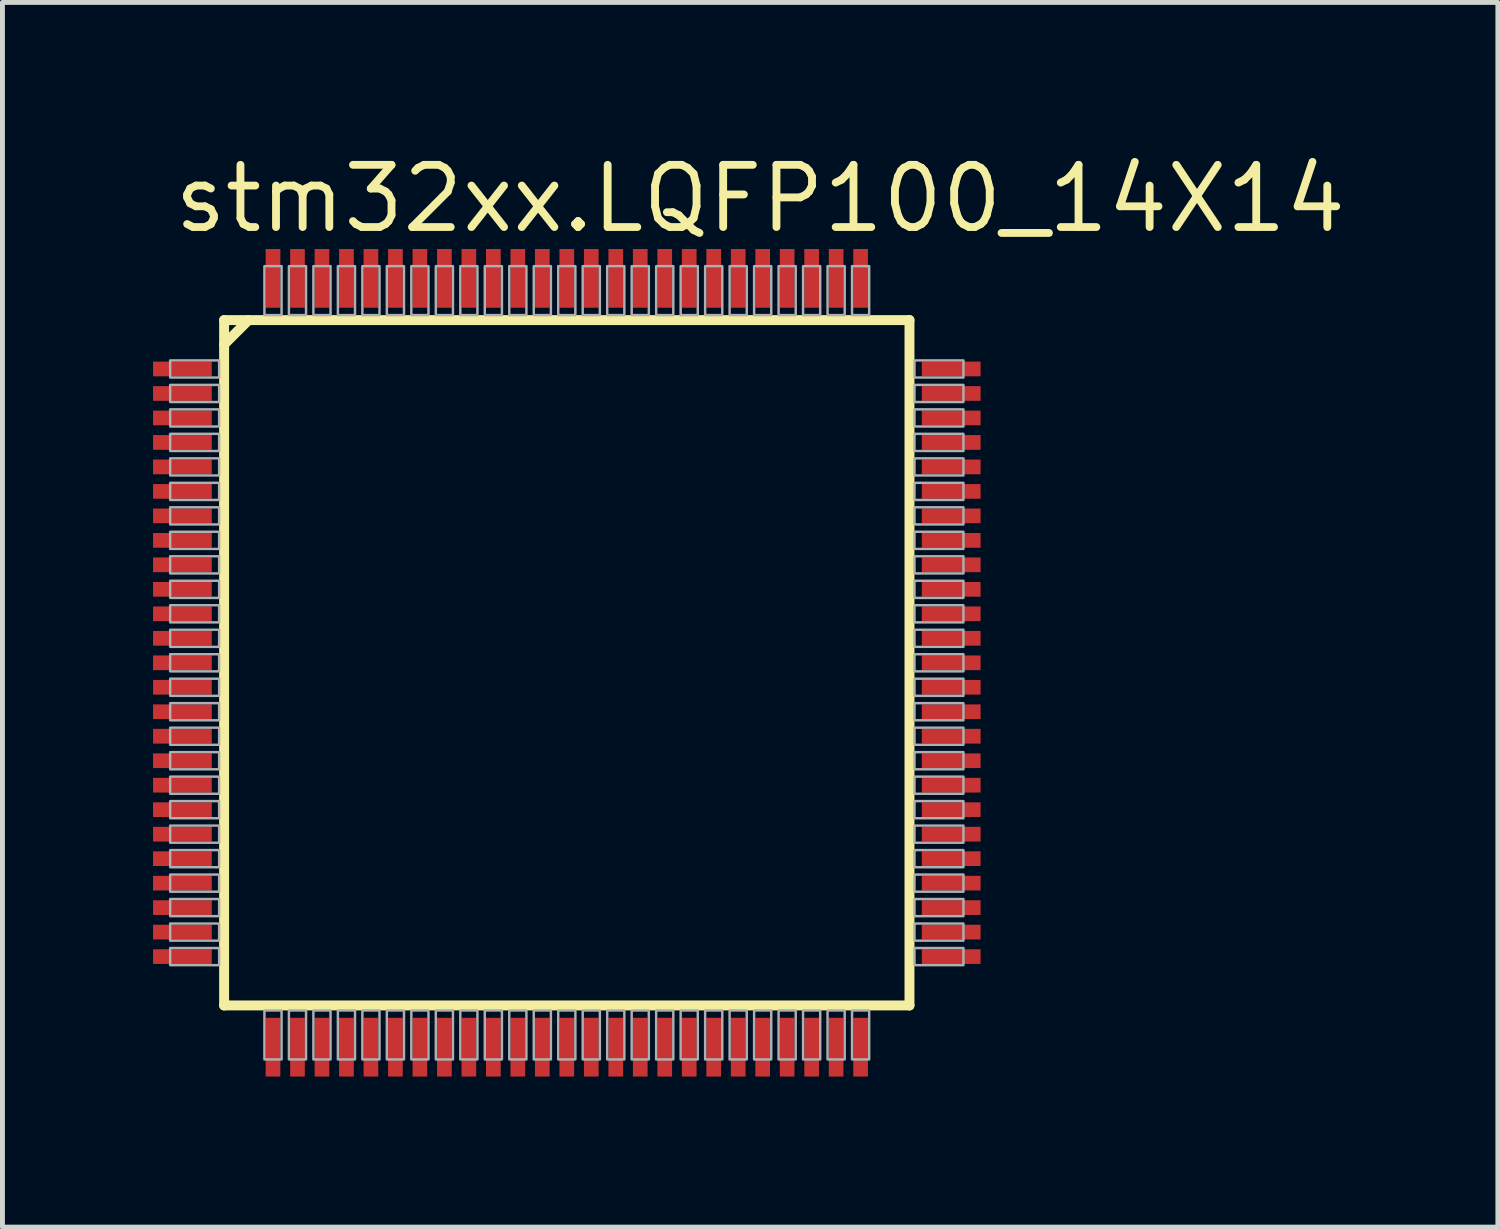
<source format=kicad_pcb>
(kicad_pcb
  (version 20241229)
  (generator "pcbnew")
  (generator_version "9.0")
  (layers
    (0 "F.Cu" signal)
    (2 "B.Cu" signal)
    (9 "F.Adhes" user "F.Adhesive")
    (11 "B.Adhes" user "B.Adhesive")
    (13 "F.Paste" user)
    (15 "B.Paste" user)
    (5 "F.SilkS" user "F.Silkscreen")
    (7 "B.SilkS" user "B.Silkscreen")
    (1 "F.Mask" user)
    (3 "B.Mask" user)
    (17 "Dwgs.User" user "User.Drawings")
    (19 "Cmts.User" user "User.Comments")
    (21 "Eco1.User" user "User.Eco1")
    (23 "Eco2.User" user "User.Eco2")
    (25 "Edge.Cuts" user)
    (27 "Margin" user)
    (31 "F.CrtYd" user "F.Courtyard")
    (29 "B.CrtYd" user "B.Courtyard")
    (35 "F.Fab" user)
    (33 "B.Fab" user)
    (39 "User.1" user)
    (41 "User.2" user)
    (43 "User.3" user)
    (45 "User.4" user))
  (footprint "stm32xx.LQFP100_14X14"
    (layer "F.Cu")
    (at 8.525 10.485)
    (property "Reference" "stm32xx.LQFP100_14X14" (at -8.1 -8.735 0) (layer "F.SilkS") (effects (font (size 1.27 1.27) (thickness 0.16)) (justify left bottom)))
    (attr smd)
    (fp_rect (start -8.5 -5.825) (end -7.2 -6.175) (stroke (width 0.05) (type default)) (fill yes) (layer "F.Mask"))
    (fp_rect (start -8.5 -5.325) (end -7.2 -5.675) (stroke (width 0.05) (type default)) (fill yes) (layer "F.Mask"))
    (fp_rect (start -8.5 -4.825) (end -7.2 -5.175) (stroke (width 0.05) (type default)) (fill yes) (layer "F.Mask"))
    (fp_rect (start -8.5 -4.325) (end -7.2 -4.675) (stroke (width 0.05) (type default)) (fill yes) (layer "F.Mask"))
    (fp_rect (start -8.5 -3.825) (end -7.2 -4.175) (stroke (width 0.05) (type default)) (fill yes) (layer "F.Mask"))
    (fp_rect (start -8.5 -3.325) (end -7.2 -3.675) (stroke (width 0.05) (type default)) (fill yes) (layer "F.Mask"))
    (fp_rect (start -8.5 -2.825) (end -7.2 -3.175) (stroke (width 0.05) (type default)) (fill yes) (layer "F.Mask"))
    (fp_rect (start -8.5 -2.325) (end -7.2 -2.675) (stroke (width 0.05) (type default)) (fill yes) (layer "F.Mask"))
    (fp_rect (start -8.5 -1.825) (end -7.2 -2.175) (stroke (width 0.05) (type default)) (fill yes) (layer "F.Mask"))
    (fp_rect (start -8.5 -1.325) (end -7.2 -1.675) (stroke (width 0.05) (type default)) (fill yes) (layer "F.Mask"))
    (fp_rect (start -8.5 -0.825) (end -7.2 -1.175) (stroke (width 0.05) (type default)) (fill yes) (layer "F.Mask"))
    (fp_rect (start -8.5 -0.325) (end -7.2 -0.675) (stroke (width 0.05) (type default)) (fill yes) (layer "F.Mask"))
    (fp_rect (start -8.5 0.175) (end -7.2 -0.175) (stroke (width 0.05) (type default)) (fill yes) (layer "F.Mask"))
    (fp_rect (start -8.5 0.675) (end -7.2 0.325) (stroke (width 0.05) (type default)) (fill yes) (layer "F.Mask"))
    (fp_rect (start -8.5 1.175) (end -7.2 0.825) (stroke (width 0.05) (type default)) (fill yes) (layer "F.Mask"))
    (fp_rect (start -8.5 1.675) (end -7.2 1.325) (stroke (width 0.05) (type default)) (fill yes) (layer "F.Mask"))
    (fp_rect (start -8.5 2.175) (end -7.2 1.825) (stroke (width 0.05) (type default)) (fill yes) (layer "F.Mask"))
    (fp_rect (start -8.5 2.675) (end -7.2 2.325) (stroke (width 0.05) (type default)) (fill yes) (layer "F.Mask"))
    (fp_rect (start -8.5 3.175) (end -7.2 2.825) (stroke (width 0.05) (type default)) (fill yes) (layer "F.Mask"))
    (fp_rect (start -8.5 3.675) (end -7.2 3.325) (stroke (width 0.05) (type default)) (fill yes) (layer "F.Mask"))
    (fp_rect (start -8.5 4.175) (end -7.2 3.825) (stroke (width 0.05) (type default)) (fill yes) (layer "F.Mask"))
    (fp_rect (start -8.5 4.675) (end -7.2 4.325) (stroke (width 0.05) (type default)) (fill yes) (layer "F.Mask"))
    (fp_rect (start -8.5 5.175) (end -7.2 4.825) (stroke (width 0.05) (type default)) (fill yes) (layer "F.Mask"))
    (fp_rect (start -8.5 5.675) (end -7.2 5.325) (stroke (width 0.05) (type default)) (fill yes) (layer "F.Mask"))
    (fp_rect (start -8.5 6.175) (end -7.2 5.825) (stroke (width 0.05) (type default)) (fill yes) (layer "F.Mask"))
    (fp_rect (start -6.175 -7.2) (end -5.825 -8.5) (stroke (width 0.05) (type default)) (fill yes) (layer "F.Mask"))
    (fp_rect (start -6.175 8.5) (end -5.825 7.2) (stroke (width 0.05) (type default)) (fill yes) (layer "F.Mask"))
    (fp_rect (start -5.675 -7.2) (end -5.325 -8.5) (stroke (width 0.05) (type default)) (fill yes) (layer "F.Mask"))
    (fp_rect (start -5.675 8.5) (end -5.325 7.2) (stroke (width 0.05) (type default)) (fill yes) (layer "F.Mask"))
    (fp_rect (start -5.175 -7.2) (end -4.825 -8.5) (stroke (width 0.05) (type default)) (fill yes) (layer "F.Mask"))
    (fp_rect (start -5.175 8.5) (end -4.825 7.2) (stroke (width 0.05) (type default)) (fill yes) (layer "F.Mask"))
    (fp_rect (start -4.675 -7.2) (end -4.325 -8.5) (stroke (width 0.05) (type default)) (fill yes) (layer "F.Mask"))
    (fp_rect (start -4.675 8.5) (end -4.325 7.2) (stroke (width 0.05) (type default)) (fill yes) (layer "F.Mask"))
    (fp_rect (start -4.175 -7.2) (end -3.825 -8.5) (stroke (width 0.05) (type default)) (fill yes) (layer "F.Mask"))
    (fp_rect (start -4.175 8.5) (end -3.825 7.2) (stroke (width 0.05) (type default)) (fill yes) (layer "F.Mask"))
    (fp_rect (start -3.675 -7.2) (end -3.325 -8.5) (stroke (width 0.05) (type default)) (fill yes) (layer "F.Mask"))
    (fp_rect (start -3.675 8.5) (end -3.325 7.2) (stroke (width 0.05) (type default)) (fill yes) (layer "F.Mask"))
    (fp_rect (start -3.175 -7.2) (end -2.825 -8.5) (stroke (width 0.05) (type default)) (fill yes) (layer "F.Mask"))
    (fp_rect (start -3.175 8.5) (end -2.825 7.2) (stroke (width 0.05) (type default)) (fill yes) (layer "F.Mask"))
    (fp_rect (start -2.675 -7.2) (end -2.325 -8.5) (stroke (width 0.05) (type default)) (fill yes) (layer "F.Mask"))
    (fp_rect (start -2.675 8.5) (end -2.325 7.2) (stroke (width 0.05) (type default)) (fill yes) (layer "F.Mask"))
    (fp_rect (start -2.175 -7.2) (end -1.825 -8.5) (stroke (width 0.05) (type default)) (fill yes) (layer "F.Mask"))
    (fp_rect (start -2.175 8.5) (end -1.825 7.2) (stroke (width 0.05) (type default)) (fill yes) (layer "F.Mask"))
    (fp_rect (start -1.675 -7.2) (end -1.325 -8.5) (stroke (width 0.05) (type default)) (fill yes) (layer "F.Mask"))
    (fp_rect (start -1.675 8.5) (end -1.325 7.2) (stroke (width 0.05) (type default)) (fill yes) (layer "F.Mask"))
    (fp_rect (start -1.175 -7.2) (end -0.825 -8.5) (stroke (width 0.05) (type default)) (fill yes) (layer "F.Mask"))
    (fp_rect (start -1.175 8.5) (end -0.825 7.2) (stroke (width 0.05) (type default)) (fill yes) (layer "F.Mask"))
    (fp_rect (start -0.675 -7.2) (end -0.325 -8.5) (stroke (width 0.05) (type default)) (fill yes) (layer "F.Mask"))
    (fp_rect (start -0.675 8.5) (end -0.325 7.2) (stroke (width 0.05) (type default)) (fill yes) (layer "F.Mask"))
    (fp_rect (start -0.175 -7.2) (end 0.175 -8.5) (stroke (width 0.05) (type default)) (fill yes) (layer "F.Mask"))
    (fp_rect (start -0.175 8.5) (end 0.175 7.2) (stroke (width 0.05) (type default)) (fill yes) (layer "F.Mask"))
    (fp_rect (start 0.325 -7.2) (end 0.675 -8.5) (stroke (width 0.05) (type default)) (fill yes) (layer "F.Mask"))
    (fp_rect (start 0.325 8.5) (end 0.675 7.2) (stroke (width 0.05) (type default)) (fill yes) (layer "F.Mask"))
    (fp_rect (start 0.825 -7.2) (end 1.175 -8.5) (stroke (width 0.05) (type default)) (fill yes) (layer "F.Mask"))
    (fp_rect (start 0.825 8.5) (end 1.175 7.2) (stroke (width 0.05) (type default)) (fill yes) (layer "F.Mask"))
    (fp_rect (start 1.325 -7.2) (end 1.675 -8.5) (stroke (width 0.05) (type default)) (fill yes) (layer "F.Mask"))
    (fp_rect (start 1.325 8.5) (end 1.675 7.2) (stroke (width 0.05) (type default)) (fill yes) (layer "F.Mask"))
    (fp_rect (start 1.825 -7.2) (end 2.175 -8.5) (stroke (width 0.05) (type default)) (fill yes) (layer "F.Mask"))
    (fp_rect (start 1.825 8.5) (end 2.175 7.2) (stroke (width 0.05) (type default)) (fill yes) (layer "F.Mask"))
    (fp_rect (start 2.325 -7.2) (end 2.675 -8.5) (stroke (width 0.05) (type default)) (fill yes) (layer "F.Mask"))
    (fp_rect (start 2.325 8.5) (end 2.675 7.2) (stroke (width 0.05) (type default)) (fill yes) (layer "F.Mask"))
    (fp_rect (start 2.825 -7.2) (end 3.175 -8.5) (stroke (width 0.05) (type default)) (fill yes) (layer "F.Mask"))
    (fp_rect (start 2.825 8.5) (end 3.175 7.2) (stroke (width 0.05) (type default)) (fill yes) (layer "F.Mask"))
    (fp_rect (start 3.325 -7.2) (end 3.675 -8.5) (stroke (width 0.05) (type default)) (fill yes) (layer "F.Mask"))
    (fp_rect (start 3.325 8.5) (end 3.675 7.2) (stroke (width 0.05) (type default)) (fill yes) (layer "F.Mask"))
    (fp_rect (start 3.825 -7.2) (end 4.175 -8.5) (stroke (width 0.05) (type default)) (fill yes) (layer "F.Mask"))
    (fp_rect (start 3.825 8.5) (end 4.175 7.2) (stroke (width 0.05) (type default)) (fill yes) (layer "F.Mask"))
    (fp_rect (start 4.325 -7.2) (end 4.675 -8.5) (stroke (width 0.05) (type default)) (fill yes) (layer "F.Mask"))
    (fp_rect (start 4.325 8.5) (end 4.675 7.2) (stroke (width 0.05) (type default)) (fill yes) (layer "F.Mask"))
    (fp_rect (start 4.825 -7.2) (end 5.175 -8.5) (stroke (width 0.05) (type default)) (fill yes) (layer "F.Mask"))
    (fp_rect (start 4.825 8.5) (end 5.175 7.2) (stroke (width 0.05) (type default)) (fill yes) (layer "F.Mask"))
    (fp_rect (start 5.325 -7.2) (end 5.675 -8.5) (stroke (width 0.05) (type default)) (fill yes) (layer "F.Mask"))
    (fp_rect (start 5.325 8.5) (end 5.675 7.2) (stroke (width 0.05) (type default)) (fill yes) (layer "F.Mask"))
    (fp_rect (start 5.825 -7.2) (end 6.175 -8.5) (stroke (width 0.05) (type default)) (fill yes) (layer "F.Mask"))
    (fp_rect (start 5.825 8.5) (end 6.175 7.2) (stroke (width 0.05) (type default)) (fill yes) (layer "F.Mask"))
    (fp_rect (start 7.2 -5.825) (end 8.5 -6.175) (stroke (width 0.05) (type default)) (fill yes) (layer "F.Mask"))
    (fp_rect (start 7.2 -5.325) (end 8.5 -5.675) (stroke (width 0.05) (type default)) (fill yes) (layer "F.Mask"))
    (fp_rect (start 7.2 -4.825) (end 8.5 -5.175) (stroke (width 0.05) (type default)) (fill yes) (layer "F.Mask"))
    (fp_rect (start 7.2 -4.325) (end 8.5 -4.675) (stroke (width 0.05) (type default)) (fill yes) (layer "F.Mask"))
    (fp_rect (start 7.2 -3.825) (end 8.5 -4.175) (stroke (width 0.05) (type default)) (fill yes) (layer "F.Mask"))
    (fp_rect (start 7.2 -3.325) (end 8.5 -3.675) (stroke (width 0.05) (type default)) (fill yes) (layer "F.Mask"))
    (fp_rect (start 7.2 -2.825) (end 8.5 -3.175) (stroke (width 0.05) (type default)) (fill yes) (layer "F.Mask"))
    (fp_rect (start 7.2 -2.325) (end 8.5 -2.675) (stroke (width 0.05) (type default)) (fill yes) (layer "F.Mask"))
    (fp_rect (start 7.2 -1.825) (end 8.5 -2.175) (stroke (width 0.05) (type default)) (fill yes) (layer "F.Mask"))
    (fp_rect (start 7.2 -1.325) (end 8.5 -1.675) (stroke (width 0.05) (type default)) (fill yes) (layer "F.Mask"))
    (fp_rect (start 7.2 -0.825) (end 8.5 -1.175) (stroke (width 0.05) (type default)) (fill yes) (layer "F.Mask"))
    (fp_rect (start 7.2 -0.325) (end 8.5 -0.675) (stroke (width 0.05) (type default)) (fill yes) (layer "F.Mask"))
    (fp_rect (start 7.2 0.175) (end 8.5 -0.175) (stroke (width 0.05) (type default)) (fill yes) (layer "F.Mask"))
    (fp_rect (start 7.2 0.675) (end 8.5 0.325) (stroke (width 0.05) (type default)) (fill yes) (layer "F.Mask"))
    (fp_rect (start 7.2 1.175) (end 8.5 0.825) (stroke (width 0.05) (type default)) (fill yes) (layer "F.Mask"))
    (fp_rect (start 7.2 1.675) (end 8.5 1.325) (stroke (width 0.05) (type default)) (fill yes) (layer "F.Mask"))
    (fp_rect (start 7.2 2.175) (end 8.5 1.825) (stroke (width 0.05) (type default)) (fill yes) (layer "F.Mask"))
    (fp_rect (start 7.2 2.675) (end 8.5 2.325) (stroke (width 0.05) (type default)) (fill yes) (layer "F.Mask"))
    (fp_rect (start 7.2 3.175) (end 8.5 2.825) (stroke (width 0.05) (type default)) (fill yes) (layer "F.Mask"))
    (fp_rect (start 7.2 3.675) (end 8.5 3.325) (stroke (width 0.05) (type default)) (fill yes) (layer "F.Mask"))
    (fp_rect (start 7.2 4.175) (end 8.5 3.825) (stroke (width 0.05) (type default)) (fill yes) (layer "F.Mask"))
    (fp_rect (start 7.2 4.675) (end 8.5 4.325) (stroke (width 0.05) (type default)) (fill yes) (layer "F.Mask"))
    (fp_rect (start 7.2 5.175) (end 8.5 4.825) (stroke (width 0.05) (type default)) (fill yes) (layer "F.Mask"))
    (fp_rect (start 7.2 5.675) (end 8.5 5.325) (stroke (width 0.05) (type default)) (fill yes) (layer "F.Mask"))
    (fp_rect (start 7.2 6.175) (end 8.5 5.825) (stroke (width 0.05) (type default)) (fill yes) (layer "F.Mask"))
    (fp_line (start -6.998 -6.998) (end -6.998 6.998) (stroke (width 0.203) (type default)) (layer "F.SilkS"))
    (fp_line (start -6.998 -6.5) (end -6.5 -6.998) (stroke (width 0.203) (type default)) (layer "F.SilkS"))
    (fp_line (start -6.998 6.998) (end 6.998 6.998) (stroke (width 0.203) (type default)) (layer "F.SilkS"))
    (fp_line (start 6.998 -6.998) (end -6.998 -6.998) (stroke (width 0.203) (type default)) (layer "F.SilkS"))
    (fp_line (start 6.998 6.998) (end 6.998 -6.998) (stroke (width 0.203) (type default)) (layer "F.SilkS"))
    (fp_rect (start -8.412 -5.875) (end -7.287 -6.125) (stroke (width 0.05) (type default)) (fill yes) (layer "F.Paste"))
    (fp_rect (start -8.412 -5.375) (end -7.287 -5.625) (stroke (width 0.05) (type default)) (fill yes) (layer "F.Paste"))
    (fp_rect (start -8.412 -4.875) (end -7.287 -5.125) (stroke (width 0.05) (type default)) (fill yes) (layer "F.Paste"))
    (fp_rect (start -8.412 -4.375) (end -7.287 -4.625) (stroke (width 0.05) (type default)) (fill yes) (layer "F.Paste"))
    (fp_rect (start -8.412 -3.875) (end -7.287 -4.125) (stroke (width 0.05) (type default)) (fill yes) (layer "F.Paste"))
    (fp_rect (start -8.412 -3.375) (end -7.287 -3.625) (stroke (width 0.05) (type default)) (fill yes) (layer "F.Paste"))
    (fp_rect (start -8.412 -2.875) (end -7.287 -3.125) (stroke (width 0.05) (type default)) (fill yes) (layer "F.Paste"))
    (fp_rect (start -8.412 -2.375) (end -7.287 -2.625) (stroke (width 0.05) (type default)) (fill yes) (layer "F.Paste"))
    (fp_rect (start -8.412 -1.875) (end -7.287 -2.125) (stroke (width 0.05) (type default)) (fill yes) (layer "F.Paste"))
    (fp_rect (start -8.412 -1.375) (end -7.287 -1.625) (stroke (width 0.05) (type default)) (fill yes) (layer "F.Paste"))
    (fp_rect (start -8.412 -0.875) (end -7.287 -1.125) (stroke (width 0.05) (type default)) (fill yes) (layer "F.Paste"))
    (fp_rect (start -8.412 -0.375) (end -7.287 -0.625) (stroke (width 0.05) (type default)) (fill yes) (layer "F.Paste"))
    (fp_rect (start -8.412 0.125) (end -7.287 -0.125) (stroke (width 0.05) (type default)) (fill yes) (layer "F.Paste"))
    (fp_rect (start -8.412 0.625) (end -7.287 0.375) (stroke (width 0.05) (type default)) (fill yes) (layer "F.Paste"))
    (fp_rect (start -8.412 1.125) (end -7.287 0.875) (stroke (width 0.05) (type default)) (fill yes) (layer "F.Paste"))
    (fp_rect (start -8.412 1.625) (end -7.287 1.375) (stroke (width 0.05) (type default)) (fill yes) (layer "F.Paste"))
    (fp_rect (start -8.412 2.125) (end -7.287 1.875) (stroke (width 0.05) (type default)) (fill yes) (layer "F.Paste"))
    (fp_rect (start -8.412 2.625) (end -7.287 2.375) (stroke (width 0.05) (type default)) (fill yes) (layer "F.Paste"))
    (fp_rect (start -8.412 3.125) (end -7.287 2.875) (stroke (width 0.05) (type default)) (fill yes) (layer "F.Paste"))
    (fp_rect (start -8.412 3.625) (end -7.287 3.375) (stroke (width 0.05) (type default)) (fill yes) (layer "F.Paste"))
    (fp_rect (start -8.412 4.125) (end -7.287 3.875) (stroke (width 0.05) (type default)) (fill yes) (layer "F.Paste"))
    (fp_rect (start -8.412 4.625) (end -7.287 4.375) (stroke (width 0.05) (type default)) (fill yes) (layer "F.Paste"))
    (fp_rect (start -8.412 5.125) (end -7.287 4.875) (stroke (width 0.05) (type default)) (fill yes) (layer "F.Paste"))
    (fp_rect (start -8.412 5.625) (end -7.287 5.375) (stroke (width 0.05) (type default)) (fill yes) (layer "F.Paste"))
    (fp_rect (start -8.412 6.125) (end -7.287 5.875) (stroke (width 0.05) (type default)) (fill yes) (layer "F.Paste"))
    (fp_rect (start -6.125 -7.287) (end -5.875 -8.412) (stroke (width 0.05) (type default)) (fill yes) (layer "F.Paste"))
    (fp_rect (start -6.125 8.412) (end -5.875 7.287) (stroke (width 0.05) (type default)) (fill yes) (layer "F.Paste"))
    (fp_rect (start -5.625 -7.287) (end -5.375 -8.412) (stroke (width 0.05) (type default)) (fill yes) (layer "F.Paste"))
    (fp_rect (start -5.625 8.412) (end -5.375 7.287) (stroke (width 0.05) (type default)) (fill yes) (layer "F.Paste"))
    (fp_rect (start -5.125 -7.287) (end -4.875 -8.412) (stroke (width 0.05) (type default)) (fill yes) (layer "F.Paste"))
    (fp_rect (start -5.125 8.412) (end -4.875 7.287) (stroke (width 0.05) (type default)) (fill yes) (layer "F.Paste"))
    (fp_rect (start -4.625 -7.287) (end -4.375 -8.412) (stroke (width 0.05) (type default)) (fill yes) (layer "F.Paste"))
    (fp_rect (start -4.625 8.412) (end -4.375 7.287) (stroke (width 0.05) (type default)) (fill yes) (layer "F.Paste"))
    (fp_rect (start -4.125 -7.287) (end -3.875 -8.412) (stroke (width 0.05) (type default)) (fill yes) (layer "F.Paste"))
    (fp_rect (start -4.125 8.412) (end -3.875 7.287) (stroke (width 0.05) (type default)) (fill yes) (layer "F.Paste"))
    (fp_rect (start -3.625 -7.287) (end -3.375 -8.412) (stroke (width 0.05) (type default)) (fill yes) (layer "F.Paste"))
    (fp_rect (start -3.625 8.412) (end -3.375 7.287) (stroke (width 0.05) (type default)) (fill yes) (layer "F.Paste"))
    (fp_rect (start -3.125 -7.287) (end -2.875 -8.412) (stroke (width 0.05) (type default)) (fill yes) (layer "F.Paste"))
    (fp_rect (start -3.125 8.412) (end -2.875 7.287) (stroke (width 0.05) (type default)) (fill yes) (layer "F.Paste"))
    (fp_rect (start -2.625 -7.287) (end -2.375 -8.412) (stroke (width 0.05) (type default)) (fill yes) (layer "F.Paste"))
    (fp_rect (start -2.625 8.412) (end -2.375 7.287) (stroke (width 0.05) (type default)) (fill yes) (layer "F.Paste"))
    (fp_rect (start -2.125 -7.287) (end -1.875 -8.412) (stroke (width 0.05) (type default)) (fill yes) (layer "F.Paste"))
    (fp_rect (start -2.125 8.412) (end -1.875 7.287) (stroke (width 0.05) (type default)) (fill yes) (layer "F.Paste"))
    (fp_rect (start -1.625 -7.287) (end -1.375 -8.412) (stroke (width 0.05) (type default)) (fill yes) (layer "F.Paste"))
    (fp_rect (start -1.625 8.412) (end -1.375 7.287) (stroke (width 0.05) (type default)) (fill yes) (layer "F.Paste"))
    (fp_rect (start -1.125 -7.287) (end -0.875 -8.412) (stroke (width 0.05) (type default)) (fill yes) (layer "F.Paste"))
    (fp_rect (start -1.125 8.412) (end -0.875 7.287) (stroke (width 0.05) (type default)) (fill yes) (layer "F.Paste"))
    (fp_rect (start -0.625 -7.287) (end -0.375 -8.412) (stroke (width 0.05) (type default)) (fill yes) (layer "F.Paste"))
    (fp_rect (start -0.625 8.412) (end -0.375 7.287) (stroke (width 0.05) (type default)) (fill yes) (layer "F.Paste"))
    (fp_rect (start -0.125 -7.287) (end 0.125 -8.412) (stroke (width 0.05) (type default)) (fill yes) (layer "F.Paste"))
    (fp_rect (start -0.125 8.412) (end 0.125 7.287) (stroke (width 0.05) (type default)) (fill yes) (layer "F.Paste"))
    (fp_rect (start 0.375 -7.287) (end 0.625 -8.412) (stroke (width 0.05) (type default)) (fill yes) (layer "F.Paste"))
    (fp_rect (start 0.375 8.412) (end 0.625 7.287) (stroke (width 0.05) (type default)) (fill yes) (layer "F.Paste"))
    (fp_rect (start 0.875 -7.287) (end 1.125 -8.412) (stroke (width 0.05) (type default)) (fill yes) (layer "F.Paste"))
    (fp_rect (start 0.875 8.412) (end 1.125 7.287) (stroke (width 0.05) (type default)) (fill yes) (layer "F.Paste"))
    (fp_rect (start 1.375 -7.287) (end 1.625 -8.412) (stroke (width 0.05) (type default)) (fill yes) (layer "F.Paste"))
    (fp_rect (start 1.375 8.412) (end 1.625 7.287) (stroke (width 0.05) (type default)) (fill yes) (layer "F.Paste"))
    (fp_rect (start 1.875 -7.287) (end 2.125 -8.412) (stroke (width 0.05) (type default)) (fill yes) (layer "F.Paste"))
    (fp_rect (start 1.875 8.412) (end 2.125 7.287) (stroke (width 0.05) (type default)) (fill yes) (layer "F.Paste"))
    (fp_rect (start 2.375 -7.287) (end 2.625 -8.412) (stroke (width 0.05) (type default)) (fill yes) (layer "F.Paste"))
    (fp_rect (start 2.375 8.412) (end 2.625 7.287) (stroke (width 0.05) (type default)) (fill yes) (layer "F.Paste"))
    (fp_rect (start 2.875 -7.287) (end 3.125 -8.412) (stroke (width 0.05) (type default)) (fill yes) (layer "F.Paste"))
    (fp_rect (start 2.875 8.412) (end 3.125 7.287) (stroke (width 0.05) (type default)) (fill yes) (layer "F.Paste"))
    (fp_rect (start 3.375 -7.287) (end 3.625 -8.412) (stroke (width 0.05) (type default)) (fill yes) (layer "F.Paste"))
    (fp_rect (start 3.375 8.412) (end 3.625 7.287) (stroke (width 0.05) (type default)) (fill yes) (layer "F.Paste"))
    (fp_rect (start 3.875 -7.287) (end 4.125 -8.412) (stroke (width 0.05) (type default)) (fill yes) (layer "F.Paste"))
    (fp_rect (start 3.875 8.412) (end 4.125 7.287) (stroke (width 0.05) (type default)) (fill yes) (layer "F.Paste"))
    (fp_rect (start 4.375 -7.287) (end 4.625 -8.412) (stroke (width 0.05) (type default)) (fill yes) (layer "F.Paste"))
    (fp_rect (start 4.375 8.412) (end 4.625 7.287) (stroke (width 0.05) (type default)) (fill yes) (layer "F.Paste"))
    (fp_rect (start 4.875 -7.287) (end 5.125 -8.412) (stroke (width 0.05) (type default)) (fill yes) (layer "F.Paste"))
    (fp_rect (start 4.875 8.412) (end 5.125 7.287) (stroke (width 0.05) (type default)) (fill yes) (layer "F.Paste"))
    (fp_rect (start 5.375 -7.287) (end 5.625 -8.412) (stroke (width 0.05) (type default)) (fill yes) (layer "F.Paste"))
    (fp_rect (start 5.375 8.412) (end 5.625 7.287) (stroke (width 0.05) (type default)) (fill yes) (layer "F.Paste"))
    (fp_rect (start 5.875 -7.287) (end 6.125 -8.412) (stroke (width 0.05) (type default)) (fill yes) (layer "F.Paste"))
    (fp_rect (start 5.875 8.412) (end 6.125 7.287) (stroke (width 0.05) (type default)) (fill yes) (layer "F.Paste"))
    (fp_rect (start 7.287 -5.875) (end 8.412 -6.125) (stroke (width 0.05) (type default)) (fill yes) (layer "F.Paste"))
    (fp_rect (start 7.287 -5.375) (end 8.412 -5.625) (stroke (width 0.05) (type default)) (fill yes) (layer "F.Paste"))
    (fp_rect (start 7.287 -4.875) (end 8.412 -5.125) (stroke (width 0.05) (type default)) (fill yes) (layer "F.Paste"))
    (fp_rect (start 7.287 -4.375) (end 8.412 -4.625) (stroke (width 0.05) (type default)) (fill yes) (layer "F.Paste"))
    (fp_rect (start 7.287 -3.875) (end 8.412 -4.125) (stroke (width 0.05) (type default)) (fill yes) (layer "F.Paste"))
    (fp_rect (start 7.287 -3.375) (end 8.412 -3.625) (stroke (width 0.05) (type default)) (fill yes) (layer "F.Paste"))
    (fp_rect (start 7.287 -2.875) (end 8.412 -3.125) (stroke (width 0.05) (type default)) (fill yes) (layer "F.Paste"))
    (fp_rect (start 7.287 -2.375) (end 8.412 -2.625) (stroke (width 0.05) (type default)) (fill yes) (layer "F.Paste"))
    (fp_rect (start 7.287 -1.875) (end 8.412 -2.125) (stroke (width 0.05) (type default)) (fill yes) (layer "F.Paste"))
    (fp_rect (start 7.287 -1.375) (end 8.412 -1.625) (stroke (width 0.05) (type default)) (fill yes) (layer "F.Paste"))
    (fp_rect (start 7.287 -0.875) (end 8.412 -1.125) (stroke (width 0.05) (type default)) (fill yes) (layer "F.Paste"))
    (fp_rect (start 7.287 -0.375) (end 8.412 -0.625) (stroke (width 0.05) (type default)) (fill yes) (layer "F.Paste"))
    (fp_rect (start 7.287 0.125) (end 8.412 -0.125) (stroke (width 0.05) (type default)) (fill yes) (layer "F.Paste"))
    (fp_rect (start 7.287 0.625) (end 8.412 0.375) (stroke (width 0.05) (type default)) (fill yes) (layer "F.Paste"))
    (fp_rect (start 7.287 1.125) (end 8.412 0.875) (stroke (width 0.05) (type default)) (fill yes) (layer "F.Paste"))
    (fp_rect (start 7.287 1.625) (end 8.412 1.375) (stroke (width 0.05) (type default)) (fill yes) (layer "F.Paste"))
    (fp_rect (start 7.287 2.125) (end 8.412 1.875) (stroke (width 0.05) (type default)) (fill yes) (layer "F.Paste"))
    (fp_rect (start 7.287 2.625) (end 8.412 2.375) (stroke (width 0.05) (type default)) (fill yes) (layer "F.Paste"))
    (fp_rect (start 7.287 3.125) (end 8.412 2.875) (stroke (width 0.05) (type default)) (fill yes) (layer "F.Paste"))
    (fp_rect (start 7.287 3.625) (end 8.412 3.375) (stroke (width 0.05) (type default)) (fill yes) (layer "F.Paste"))
    (fp_rect (start 7.287 4.125) (end 8.412 3.875) (stroke (width 0.05) (type default)) (fill yes) (layer "F.Paste"))
    (fp_rect (start 7.287 4.625) (end 8.412 4.375) (stroke (width 0.05) (type default)) (fill yes) (layer "F.Paste"))
    (fp_rect (start 7.287 5.125) (end 8.412 4.875) (stroke (width 0.05) (type default)) (fill yes) (layer "F.Paste"))
    (fp_rect (start 7.287 5.625) (end 8.412 5.375) (stroke (width 0.05) (type default)) (fill yes) (layer "F.Paste"))
    (fp_rect (start 7.287 6.125) (end 8.412 5.875) (stroke (width 0.05) (type default)) (fill yes) (layer "F.Paste"))
    (fp_rect (start -8.1 -5.825) (end -7.1 -6.175) (stroke (width 0.05) (type default)) (fill no) (layer "F.Fab"))
    (fp_rect (start -8.1 -5.325) (end -7.1 -5.675) (stroke (width 0.05) (type default)) (fill no) (layer "F.Fab"))
    (fp_rect (start -8.1 -4.825) (end -7.1 -5.175) (stroke (width 0.05) (type default)) (fill no) (layer "F.Fab"))
    (fp_rect (start -8.1 -4.325) (end -7.1 -4.675) (stroke (width 0.05) (type default)) (fill no) (layer "F.Fab"))
    (fp_rect (start -8.1 -3.825) (end -7.1 -4.175) (stroke (width 0.05) (type default)) (fill no) (layer "F.Fab"))
    (fp_rect (start -8.1 -3.325) (end -7.1 -3.675) (stroke (width 0.05) (type default)) (fill no) (layer "F.Fab"))
    (fp_rect (start -8.1 -2.825) (end -7.1 -3.175) (stroke (width 0.05) (type default)) (fill no) (layer "F.Fab"))
    (fp_rect (start -8.1 -2.325) (end -7.1 -2.675) (stroke (width 0.05) (type default)) (fill no) (layer "F.Fab"))
    (fp_rect (start -8.1 -1.825) (end -7.1 -2.175) (stroke (width 0.05) (type default)) (fill no) (layer "F.Fab"))
    (fp_rect (start -8.1 -1.325) (end -7.1 -1.675) (stroke (width 0.05) (type default)) (fill no) (layer "F.Fab"))
    (fp_rect (start -8.1 -0.825) (end -7.1 -1.175) (stroke (width 0.05) (type default)) (fill no) (layer "F.Fab"))
    (fp_rect (start -8.1 -0.325) (end -7.1 -0.675) (stroke (width 0.05) (type default)) (fill no) (layer "F.Fab"))
    (fp_rect (start -8.1 0.175) (end -7.1 -0.175) (stroke (width 0.05) (type default)) (fill no) (layer "F.Fab"))
    (fp_rect (start -8.1 0.675) (end -7.1 0.325) (stroke (width 0.05) (type default)) (fill no) (layer "F.Fab"))
    (fp_rect (start -8.1 1.175) (end -7.1 0.825) (stroke (width 0.05) (type default)) (fill no) (layer "F.Fab"))
    (fp_rect (start -8.1 1.675) (end -7.1 1.325) (stroke (width 0.05) (type default)) (fill no) (layer "F.Fab"))
    (fp_rect (start -8.1 2.175) (end -7.1 1.825) (stroke (width 0.05) (type default)) (fill no) (layer "F.Fab"))
    (fp_rect (start -8.1 2.675) (end -7.1 2.325) (stroke (width 0.05) (type default)) (fill no) (layer "F.Fab"))
    (fp_rect (start -8.1 3.175) (end -7.1 2.825) (stroke (width 0.05) (type default)) (fill no) (layer "F.Fab"))
    (fp_rect (start -8.1 3.675) (end -7.1 3.325) (stroke (width 0.05) (type default)) (fill no) (layer "F.Fab"))
    (fp_rect (start -8.1 4.175) (end -7.1 3.825) (stroke (width 0.05) (type default)) (fill no) (layer "F.Fab"))
    (fp_rect (start -8.1 4.675) (end -7.1 4.325) (stroke (width 0.05) (type default)) (fill no) (layer "F.Fab"))
    (fp_rect (start -8.1 5.175) (end -7.1 4.825) (stroke (width 0.05) (type default)) (fill no) (layer "F.Fab"))
    (fp_rect (start -8.1 5.675) (end -7.1 5.325) (stroke (width 0.05) (type default)) (fill no) (layer "F.Fab"))
    (fp_rect (start -8.1 6.175) (end -7.1 5.825) (stroke (width 0.05) (type default)) (fill no) (layer "F.Fab"))
    (fp_rect (start -6.175 -7.1) (end -5.825 -8.1) (stroke (width 0.05) (type default)) (fill no) (layer "F.Fab"))
    (fp_rect (start -6.175 8.1) (end -5.825 7.1) (stroke (width 0.05) (type default)) (fill no) (layer "F.Fab"))
    (fp_rect (start -5.675 -7.1) (end -5.325 -8.1) (stroke (width 0.05) (type default)) (fill no) (layer "F.Fab"))
    (fp_rect (start -5.675 8.1) (end -5.325 7.1) (stroke (width 0.05) (type default)) (fill no) (layer "F.Fab"))
    (fp_rect (start -5.175 -7.1) (end -4.825 -8.1) (stroke (width 0.05) (type default)) (fill no) (layer "F.Fab"))
    (fp_rect (start -5.175 8.1) (end -4.825 7.1) (stroke (width 0.05) (type default)) (fill no) (layer "F.Fab"))
    (fp_rect (start -4.675 -7.1) (end -4.325 -8.1) (stroke (width 0.05) (type default)) (fill no) (layer "F.Fab"))
    (fp_rect (start -4.675 8.1) (end -4.325 7.1) (stroke (width 0.05) (type default)) (fill no) (layer "F.Fab"))
    (fp_rect (start -4.175 -7.1) (end -3.825 -8.1) (stroke (width 0.05) (type default)) (fill no) (layer "F.Fab"))
    (fp_rect (start -4.175 8.1) (end -3.825 7.1) (stroke (width 0.05) (type default)) (fill no) (layer "F.Fab"))
    (fp_rect (start -3.675 -7.1) (end -3.325 -8.1) (stroke (width 0.05) (type default)) (fill no) (layer "F.Fab"))
    (fp_rect (start -3.675 8.1) (end -3.325 7.1) (stroke (width 0.05) (type default)) (fill no) (layer "F.Fab"))
    (fp_rect (start -3.175 -7.1) (end -2.825 -8.1) (stroke (width 0.05) (type default)) (fill no) (layer "F.Fab"))
    (fp_rect (start -3.175 8.1) (end -2.825 7.1) (stroke (width 0.05) (type default)) (fill no) (layer "F.Fab"))
    (fp_rect (start -2.675 -7.1) (end -2.325 -8.1) (stroke (width 0.05) (type default)) (fill no) (layer "F.Fab"))
    (fp_rect (start -2.675 8.1) (end -2.325 7.1) (stroke (width 0.05) (type default)) (fill no) (layer "F.Fab"))
    (fp_rect (start -2.175 -7.1) (end -1.825 -8.1) (stroke (width 0.05) (type default)) (fill no) (layer "F.Fab"))
    (fp_rect (start -2.175 8.1) (end -1.825 7.1) (stroke (width 0.05) (type default)) (fill no) (layer "F.Fab"))
    (fp_rect (start -1.675 -7.1) (end -1.325 -8.1) (stroke (width 0.05) (type default)) (fill no) (layer "F.Fab"))
    (fp_rect (start -1.675 8.1) (end -1.325 7.1) (stroke (width 0.05) (type default)) (fill no) (layer "F.Fab"))
    (fp_rect (start -1.175 -7.1) (end -0.825 -8.1) (stroke (width 0.05) (type default)) (fill no) (layer "F.Fab"))
    (fp_rect (start -1.175 8.1) (end -0.825 7.1) (stroke (width 0.05) (type default)) (fill no) (layer "F.Fab"))
    (fp_rect (start -0.675 -7.1) (end -0.325 -8.1) (stroke (width 0.05) (type default)) (fill no) (layer "F.Fab"))
    (fp_rect (start -0.675 8.1) (end -0.325 7.1) (stroke (width 0.05) (type default)) (fill no) (layer "F.Fab"))
    (fp_rect (start -0.175 -7.1) (end 0.175 -8.1) (stroke (width 0.05) (type default)) (fill no) (layer "F.Fab"))
    (fp_rect (start -0.175 8.1) (end 0.175 7.1) (stroke (width 0.05) (type default)) (fill no) (layer "F.Fab"))
    (fp_rect (start 0.325 -7.1) (end 0.675 -8.1) (stroke (width 0.05) (type default)) (fill no) (layer "F.Fab"))
    (fp_rect (start 0.325 8.1) (end 0.675 7.1) (stroke (width 0.05) (type default)) (fill no) (layer "F.Fab"))
    (fp_rect (start 0.825 -7.1) (end 1.175 -8.1) (stroke (width 0.05) (type default)) (fill no) (layer "F.Fab"))
    (fp_rect (start 0.825 8.1) (end 1.175 7.1) (stroke (width 0.05) (type default)) (fill no) (layer "F.Fab"))
    (fp_rect (start 1.325 -7.1) (end 1.675 -8.1) (stroke (width 0.05) (type default)) (fill no) (layer "F.Fab"))
    (fp_rect (start 1.325 8.1) (end 1.675 7.1) (stroke (width 0.05) (type default)) (fill no) (layer "F.Fab"))
    (fp_rect (start 1.825 -7.1) (end 2.175 -8.1) (stroke (width 0.05) (type default)) (fill no) (layer "F.Fab"))
    (fp_rect (start 1.825 8.1) (end 2.175 7.1) (stroke (width 0.05) (type default)) (fill no) (layer "F.Fab"))
    (fp_rect (start 2.325 -7.1) (end 2.675 -8.1) (stroke (width 0.05) (type default)) (fill no) (layer "F.Fab"))
    (fp_rect (start 2.325 8.1) (end 2.675 7.1) (stroke (width 0.05) (type default)) (fill no) (layer "F.Fab"))
    (fp_rect (start 2.825 -7.1) (end 3.175 -8.1) (stroke (width 0.05) (type default)) (fill no) (layer "F.Fab"))
    (fp_rect (start 2.825 8.1) (end 3.175 7.1) (stroke (width 0.05) (type default)) (fill no) (layer "F.Fab"))
    (fp_rect (start 3.325 -7.1) (end 3.675 -8.1) (stroke (width 0.05) (type default)) (fill no) (layer "F.Fab"))
    (fp_rect (start 3.325 8.1) (end 3.675 7.1) (stroke (width 0.05) (type default)) (fill no) (layer "F.Fab"))
    (fp_rect (start 3.825 -7.1) (end 4.175 -8.1) (stroke (width 0.05) (type default)) (fill no) (layer "F.Fab"))
    (fp_rect (start 3.825 8.1) (end 4.175 7.1) (stroke (width 0.05) (type default)) (fill no) (layer "F.Fab"))
    (fp_rect (start 4.325 -7.1) (end 4.675 -8.1) (stroke (width 0.05) (type default)) (fill no) (layer "F.Fab"))
    (fp_rect (start 4.325 8.1) (end 4.675 7.1) (stroke (width 0.05) (type default)) (fill no) (layer "F.Fab"))
    (fp_rect (start 4.825 -7.1) (end 5.175 -8.1) (stroke (width 0.05) (type default)) (fill no) (layer "F.Fab"))
    (fp_rect (start 4.825 8.1) (end 5.175 7.1) (stroke (width 0.05) (type default)) (fill no) (layer "F.Fab"))
    (fp_rect (start 5.325 -7.1) (end 5.675 -8.1) (stroke (width 0.05) (type default)) (fill no) (layer "F.Fab"))
    (fp_rect (start 5.325 8.1) (end 5.675 7.1) (stroke (width 0.05) (type default)) (fill no) (layer "F.Fab"))
    (fp_rect (start 5.825 -7.1) (end 6.175 -8.1) (stroke (width 0.05) (type default)) (fill no) (layer "F.Fab"))
    (fp_rect (start 5.825 8.1) (end 6.175 7.1) (stroke (width 0.05) (type default)) (fill no) (layer "F.Fab"))
    (fp_rect (start 7.1 -5.825) (end 8.1 -6.175) (stroke (width 0.05) (type default)) (fill no) (layer "F.Fab"))
    (fp_rect (start 7.1 -5.325) (end 8.1 -5.675) (stroke (width 0.05) (type default)) (fill no) (layer "F.Fab"))
    (fp_rect (start 7.1 -4.825) (end 8.1 -5.175) (stroke (width 0.05) (type default)) (fill no) (layer "F.Fab"))
    (fp_rect (start 7.1 -4.325) (end 8.1 -4.675) (stroke (width 0.05) (type default)) (fill no) (layer "F.Fab"))
    (fp_rect (start 7.1 -3.825) (end 8.1 -4.175) (stroke (width 0.05) (type default)) (fill no) (layer "F.Fab"))
    (fp_rect (start 7.1 -3.325) (end 8.1 -3.675) (stroke (width 0.05) (type default)) (fill no) (layer "F.Fab"))
    (fp_rect (start 7.1 -2.825) (end 8.1 -3.175) (stroke (width 0.05) (type default)) (fill no) (layer "F.Fab"))
    (fp_rect (start 7.1 -2.325) (end 8.1 -2.675) (stroke (width 0.05) (type default)) (fill no) (layer "F.Fab"))
    (fp_rect (start 7.1 -1.825) (end 8.1 -2.175) (stroke (width 0.05) (type default)) (fill no) (layer "F.Fab"))
    (fp_rect (start 7.1 -1.325) (end 8.1 -1.675) (stroke (width 0.05) (type default)) (fill no) (layer "F.Fab"))
    (fp_rect (start 7.1 -0.825) (end 8.1 -1.175) (stroke (width 0.05) (type default)) (fill no) (layer "F.Fab"))
    (fp_rect (start 7.1 -0.325) (end 8.1 -0.675) (stroke (width 0.05) (type default)) (fill no) (layer "F.Fab"))
    (fp_rect (start 7.1 0.175) (end 8.1 -0.175) (stroke (width 0.05) (type default)) (fill no) (layer "F.Fab"))
    (fp_rect (start 7.1 0.675) (end 8.1 0.325) (stroke (width 0.05) (type default)) (fill no) (layer "F.Fab"))
    (fp_rect (start 7.1 1.175) (end 8.1 0.825) (stroke (width 0.05) (type default)) (fill no) (layer "F.Fab"))
    (fp_rect (start 7.1 1.675) (end 8.1 1.325) (stroke (width 0.05) (type default)) (fill no) (layer "F.Fab"))
    (fp_rect (start 7.1 2.175) (end 8.1 1.825) (stroke (width 0.05) (type default)) (fill no) (layer "F.Fab"))
    (fp_rect (start 7.1 2.675) (end 8.1 2.325) (stroke (width 0.05) (type default)) (fill no) (layer "F.Fab"))
    (fp_rect (start 7.1 3.175) (end 8.1 2.825) (stroke (width 0.05) (type default)) (fill no) (layer "F.Fab"))
    (fp_rect (start 7.1 3.675) (end 8.1 3.325) (stroke (width 0.05) (type default)) (fill no) (layer "F.Fab"))
    (fp_rect (start 7.1 4.175) (end 8.1 3.825) (stroke (width 0.05) (type default)) (fill no) (layer "F.Fab"))
    (fp_rect (start 7.1 4.675) (end 8.1 4.325) (stroke (width 0.05) (type default)) (fill no) (layer "F.Fab"))
    (fp_rect (start 7.1 5.175) (end 8.1 4.825) (stroke (width 0.05) (type default)) (fill no) (layer "F.Fab"))
    (fp_rect (start 7.1 5.675) (end 8.1 5.325) (stroke (width 0.05) (type default)) (fill no) (layer "F.Fab"))
    (fp_rect (start 7.1 6.175) (end 8.1 5.825) (stroke (width 0.05) (type default)) (fill no) (layer "F.Fab"))
    (pad "1" smd roundrect (at -7.85 -6) (size 1.2 0.3) (layers "F.Cu" "F.Mask" "F.Paste") (roundrect_rratio 0.01))
    (pad "2" smd roundrect (at -7.85 -5.5) (size 1.2 0.3) (layers "F.Cu" "F.Mask" "F.Paste") (roundrect_rratio 0.01))
    (pad "3" smd roundrect (at -7.85 -5) (size 1.2 0.3) (layers "F.Cu" "F.Mask" "F.Paste") (roundrect_rratio 0.01))
    (pad "4" smd roundrect (at -7.85 -4.5) (size 1.2 0.3) (layers "F.Cu" "F.Mask" "F.Paste") (roundrect_rratio 0.01))
    (pad "5" smd roundrect (at -7.85 -4) (size 1.2 0.3) (layers "F.Cu" "F.Mask" "F.Paste") (roundrect_rratio 0.01))
    (pad "6" smd roundrect (at -7.85 -3.5) (size 1.2 0.3) (layers "F.Cu" "F.Mask" "F.Paste") (roundrect_rratio 0.01))
    (pad "7" smd roundrect (at -7.85 -3) (size 1.2 0.3) (layers "F.Cu" "F.Mask" "F.Paste") (roundrect_rratio 0.01))
    (pad "8" smd roundrect (at -7.85 -2.5) (size 1.2 0.3) (layers "F.Cu" "F.Mask" "F.Paste") (roundrect_rratio 0.01))
    (pad "9" smd roundrect (at -7.85 -2) (size 1.2 0.3) (layers "F.Cu" "F.Mask" "F.Paste") (roundrect_rratio 0.01))
    (pad "10" smd roundrect (at -7.85 -1.5) (size 1.2 0.3) (layers "F.Cu" "F.Mask" "F.Paste") (roundrect_rratio 0.01))
    (pad "11" smd roundrect (at -7.85 -1) (size 1.2 0.3) (layers "F.Cu" "F.Mask" "F.Paste") (roundrect_rratio 0.01))
    (pad "12" smd roundrect (at -7.85 -0.5) (size 1.2 0.3) (layers "F.Cu" "F.Mask" "F.Paste") (roundrect_rratio 0.01))
    (pad "13" smd roundrect (at -7.85 0) (size 1.2 0.3) (layers "F.Cu" "F.Mask" "F.Paste") (roundrect_rratio 0.01))
    (pad "14" smd roundrect (at -7.85 0.5) (size 1.2 0.3) (layers "F.Cu" "F.Mask" "F.Paste") (roundrect_rratio 0.01))
    (pad "15" smd roundrect (at -7.85 1) (size 1.2 0.3) (layers "F.Cu" "F.Mask" "F.Paste") (roundrect_rratio 0.01))
    (pad "16" smd roundrect (at -7.85 1.5) (size 1.2 0.3) (layers "F.Cu" "F.Mask" "F.Paste") (roundrect_rratio 0.01))
    (pad "17" smd roundrect (at -7.85 2) (size 1.2 0.3) (layers "F.Cu" "F.Mask" "F.Paste") (roundrect_rratio 0.01))
    (pad "18" smd roundrect (at -7.85 2.5) (size 1.2 0.3) (layers "F.Cu" "F.Mask" "F.Paste") (roundrect_rratio 0.01))
    (pad "19" smd roundrect (at -7.85 3) (size 1.2 0.3) (layers "F.Cu" "F.Mask" "F.Paste") (roundrect_rratio 0.01))
    (pad "20" smd roundrect (at -7.85 3.5) (size 1.2 0.3) (layers "F.Cu" "F.Mask" "F.Paste") (roundrect_rratio 0.01))
    (pad "21" smd roundrect (at -7.85 4) (size 1.2 0.3) (layers "F.Cu" "F.Mask" "F.Paste") (roundrect_rratio 0.01))
    (pad "22" smd roundrect (at -7.85 4.5) (size 1.2 0.3) (layers "F.Cu" "F.Mask" "F.Paste") (roundrect_rratio 0.01))
    (pad "23" smd roundrect (at -7.85 5) (size 1.2 0.3) (layers "F.Cu" "F.Mask" "F.Paste") (roundrect_rratio 0.01))
    (pad "24" smd roundrect (at -7.85 5.5) (size 1.2 0.3) (layers "F.Cu" "F.Mask" "F.Paste") (roundrect_rratio 0.01))
    (pad "25" smd roundrect (at -7.85 6) (size 1.2 0.3) (layers "F.Cu" "F.Mask" "F.Paste") (roundrect_rratio 0.01))
    (pad "26" smd roundrect (at -6 7.85) (size 0.3 1.2) (layers "F.Cu" "F.Mask" "F.Paste") (roundrect_rratio 0.01))
    (pad "27" smd roundrect (at -5.5 7.85) (size 0.3 1.2) (layers "F.Cu" "F.Mask" "F.Paste") (roundrect_rratio 0.01))
    (pad "28" smd roundrect (at -5 7.85) (size 0.3 1.2) (layers "F.Cu" "F.Mask" "F.Paste") (roundrect_rratio 0.01))
    (pad "29" smd roundrect (at -4.5 7.85) (size 0.3 1.2) (layers "F.Cu" "F.Mask" "F.Paste") (roundrect_rratio 0.01))
    (pad "30" smd roundrect (at -4 7.85) (size 0.3 1.2) (layers "F.Cu" "F.Mask" "F.Paste") (roundrect_rratio 0.01))
    (pad "31" smd roundrect (at -3.5 7.85) (size 0.3 1.2) (layers "F.Cu" "F.Mask" "F.Paste") (roundrect_rratio 0.01))
    (pad "32" smd roundrect (at -3 7.85) (size 0.3 1.2) (layers "F.Cu" "F.Mask" "F.Paste") (roundrect_rratio 0.01))
    (pad "33" smd roundrect (at -2.5 7.85) (size 0.3 1.2) (layers "F.Cu" "F.Mask" "F.Paste") (roundrect_rratio 0.01))
    (pad "34" smd roundrect (at -2 7.85) (size 0.3 1.2) (layers "F.Cu" "F.Mask" "F.Paste") (roundrect_rratio 0.01))
    (pad "35" smd roundrect (at -1.5 7.85) (size 0.3 1.2) (layers "F.Cu" "F.Mask" "F.Paste") (roundrect_rratio 0.01))
    (pad "36" smd roundrect (at -1 7.85) (size 0.3 1.2) (layers "F.Cu" "F.Mask" "F.Paste") (roundrect_rratio 0.01))
    (pad "37" smd roundrect (at -0.5 7.85) (size 0.3 1.2) (layers "F.Cu" "F.Mask" "F.Paste") (roundrect_rratio 0.01))
    (pad "38" smd roundrect (at 0 7.85) (size 0.3 1.2) (layers "F.Cu" "F.Mask" "F.Paste") (roundrect_rratio 0.01))
    (pad "39" smd roundrect (at 0.5 7.85) (size 0.3 1.2) (layers "F.Cu" "F.Mask" "F.Paste") (roundrect_rratio 0.01))
    (pad "40" smd roundrect (at 1 7.85) (size 0.3 1.2) (layers "F.Cu" "F.Mask" "F.Paste") (roundrect_rratio 0.01))
    (pad "41" smd roundrect (at 1.5 7.85) (size 0.3 1.2) (layers "F.Cu" "F.Mask" "F.Paste") (roundrect_rratio 0.01))
    (pad "42" smd roundrect (at 2 7.85) (size 0.3 1.2) (layers "F.Cu" "F.Mask" "F.Paste") (roundrect_rratio 0.01))
    (pad "43" smd roundrect (at 2.5 7.85) (size 0.3 1.2) (layers "F.Cu" "F.Mask" "F.Paste") (roundrect_rratio 0.01))
    (pad "44" smd roundrect (at 3 7.85) (size 0.3 1.2) (layers "F.Cu" "F.Mask" "F.Paste") (roundrect_rratio 0.01))
    (pad "45" smd roundrect (at 3.5 7.85) (size 0.3 1.2) (layers "F.Cu" "F.Mask" "F.Paste") (roundrect_rratio 0.01))
    (pad "46" smd roundrect (at 4 7.85) (size 0.3 1.2) (layers "F.Cu" "F.Mask" "F.Paste") (roundrect_rratio 0.01))
    (pad "47" smd roundrect (at 4.5 7.85) (size 0.3 1.2) (layers "F.Cu" "F.Mask" "F.Paste") (roundrect_rratio 0.01))
    (pad "48" smd roundrect (at 5 7.85) (size 0.3 1.2) (layers "F.Cu" "F.Mask" "F.Paste") (roundrect_rratio 0.01))
    (pad "49" smd roundrect (at 5.5 7.85) (size 0.3 1.2) (layers "F.Cu" "F.Mask" "F.Paste") (roundrect_rratio 0.01))
    (pad "50" smd roundrect (at 6 7.85) (size 0.3 1.2) (layers "F.Cu" "F.Mask" "F.Paste") (roundrect_rratio 0.01))
    (pad "51" smd roundrect (at 7.85 6) (size 1.2 0.3) (layers "F.Cu" "F.Mask" "F.Paste") (roundrect_rratio 0.01))
    (pad "52" smd roundrect (at 7.85 5.5) (size 1.2 0.3) (layers "F.Cu" "F.Mask" "F.Paste") (roundrect_rratio 0.01))
    (pad "53" smd roundrect (at 7.85 5) (size 1.2 0.3) (layers "F.Cu" "F.Mask" "F.Paste") (roundrect_rratio 0.01))
    (pad "54" smd roundrect (at 7.85 4.5) (size 1.2 0.3) (layers "F.Cu" "F.Mask" "F.Paste") (roundrect_rratio 0.01))
    (pad "55" smd roundrect (at 7.85 4) (size 1.2 0.3) (layers "F.Cu" "F.Mask" "F.Paste") (roundrect_rratio 0.01))
    (pad "56" smd roundrect (at 7.85 3.5) (size 1.2 0.3) (layers "F.Cu" "F.Mask" "F.Paste") (roundrect_rratio 0.01))
    (pad "57" smd roundrect (at 7.85 3) (size 1.2 0.3) (layers "F.Cu" "F.Mask" "F.Paste") (roundrect_rratio 0.01))
    (pad "58" smd roundrect (at 7.85 2.5) (size 1.2 0.3) (layers "F.Cu" "F.Mask" "F.Paste") (roundrect_rratio 0.01))
    (pad "59" smd roundrect (at 7.85 2) (size 1.2 0.3) (layers "F.Cu" "F.Mask" "F.Paste") (roundrect_rratio 0.01))
    (pad "60" smd roundrect (at 7.85 1.5) (size 1.2 0.3) (layers "F.Cu" "F.Mask" "F.Paste") (roundrect_rratio 0.01))
    (pad "61" smd roundrect (at 7.85 1) (size 1.2 0.3) (layers "F.Cu" "F.Mask" "F.Paste") (roundrect_rratio 0.01))
    (pad "62" smd roundrect (at 7.85 0.5) (size 1.2 0.3) (layers "F.Cu" "F.Mask" "F.Paste") (roundrect_rratio 0.01))
    (pad "63" smd roundrect (at 7.85 0) (size 1.2 0.3) (layers "F.Cu" "F.Mask" "F.Paste") (roundrect_rratio 0.01))
    (pad "64" smd roundrect (at 7.85 -0.5) (size 1.2 0.3) (layers "F.Cu" "F.Mask" "F.Paste") (roundrect_rratio 0.01))
    (pad "65" smd roundrect (at 7.85 -1) (size 1.2 0.3) (layers "F.Cu" "F.Mask" "F.Paste") (roundrect_rratio 0.01))
    (pad "66" smd roundrect (at 7.85 -1.5) (size 1.2 0.3) (layers "F.Cu" "F.Mask" "F.Paste") (roundrect_rratio 0.01))
    (pad "67" smd roundrect (at 7.85 -2) (size 1.2 0.3) (layers "F.Cu" "F.Mask" "F.Paste") (roundrect_rratio 0.01))
    (pad "68" smd roundrect (at 7.85 -2.5) (size 1.2 0.3) (layers "F.Cu" "F.Mask" "F.Paste") (roundrect_rratio 0.01))
    (pad "69" smd roundrect (at 7.85 -3) (size 1.2 0.3) (layers "F.Cu" "F.Mask" "F.Paste") (roundrect_rratio 0.01))
    (pad "70" smd roundrect (at 7.85 -3.5) (size 1.2 0.3) (layers "F.Cu" "F.Mask" "F.Paste") (roundrect_rratio 0.01))
    (pad "71" smd roundrect (at 7.85 -4) (size 1.2 0.3) (layers "F.Cu" "F.Mask" "F.Paste") (roundrect_rratio 0.01))
    (pad "72" smd roundrect (at 7.85 -4.5) (size 1.2 0.3) (layers "F.Cu" "F.Mask" "F.Paste") (roundrect_rratio 0.01))
    (pad "73" smd roundrect (at 7.85 -5) (size 1.2 0.3) (layers "F.Cu" "F.Mask" "F.Paste") (roundrect_rratio 0.01))
    (pad "74" smd roundrect (at 7.85 -5.5) (size 1.2 0.3) (layers "F.Cu" "F.Mask" "F.Paste") (roundrect_rratio 0.01))
    (pad "75" smd roundrect (at 7.85 -6) (size 1.2 0.3) (layers "F.Cu" "F.Mask" "F.Paste") (roundrect_rratio 0.01))
    (pad "76" smd roundrect (at 6 -7.85) (size 0.3 1.2) (layers "F.Cu" "F.Mask" "F.Paste") (roundrect_rratio 0.01))
    (pad "77" smd roundrect (at 5.5 -7.85) (size 0.3 1.2) (layers "F.Cu" "F.Mask" "F.Paste") (roundrect_rratio 0.01))
    (pad "78" smd roundrect (at 5 -7.85) (size 0.3 1.2) (layers "F.Cu" "F.Mask" "F.Paste") (roundrect_rratio 0.01))
    (pad "79" smd roundrect (at 4.5 -7.85) (size 0.3 1.2) (layers "F.Cu" "F.Mask" "F.Paste") (roundrect_rratio 0.01))
    (pad "80" smd roundrect (at 4 -7.85) (size 0.3 1.2) (layers "F.Cu" "F.Mask" "F.Paste") (roundrect_rratio 0.01))
    (pad "81" smd roundrect (at 3.5 -7.85) (size 0.3 1.2) (layers "F.Cu" "F.Mask" "F.Paste") (roundrect_rratio 0.01))
    (pad "82" smd roundrect (at 3 -7.85) (size 0.3 1.2) (layers "F.Cu" "F.Mask" "F.Paste") (roundrect_rratio 0.01))
    (pad "83" smd roundrect (at 2.5 -7.85) (size 0.3 1.2) (layers "F.Cu" "F.Mask" "F.Paste") (roundrect_rratio 0.01))
    (pad "84" smd roundrect (at 2 -7.85) (size 0.3 1.2) (layers "F.Cu" "F.Mask" "F.Paste") (roundrect_rratio 0.01))
    (pad "85" smd roundrect (at 1.5 -7.85) (size 0.3 1.2) (layers "F.Cu" "F.Mask" "F.Paste") (roundrect_rratio 0.01))
    (pad "86" smd roundrect (at 1 -7.85) (size 0.3 1.2) (layers "F.Cu" "F.Mask" "F.Paste") (roundrect_rratio 0.01))
    (pad "87" smd roundrect (at 0.5 -7.85) (size 0.3 1.2) (layers "F.Cu" "F.Mask" "F.Paste") (roundrect_rratio 0.01))
    (pad "88" smd roundrect (at 0 -7.85) (size 0.3 1.2) (layers "F.Cu" "F.Mask" "F.Paste") (roundrect_rratio 0.01))
    (pad "89" smd roundrect (at -0.5 -7.85) (size 0.3 1.2) (layers "F.Cu" "F.Mask" "F.Paste") (roundrect_rratio 0.01))
    (pad "90" smd roundrect (at -1 -7.85) (size 0.3 1.2) (layers "F.Cu" "F.Mask" "F.Paste") (roundrect_rratio 0.01))
    (pad "91" smd roundrect (at -1.5 -7.85) (size 0.3 1.2) (layers "F.Cu" "F.Mask" "F.Paste") (roundrect_rratio 0.01))
    (pad "92" smd roundrect (at -2 -7.85) (size 0.3 1.2) (layers "F.Cu" "F.Mask" "F.Paste") (roundrect_rratio 0.01))
    (pad "93" smd roundrect (at -2.5 -7.85) (size 0.3 1.2) (layers "F.Cu" "F.Mask" "F.Paste") (roundrect_rratio 0.01))
    (pad "94" smd roundrect (at -3 -7.85) (size 0.3 1.2) (layers "F.Cu" "F.Mask" "F.Paste") (roundrect_rratio 0.01))
    (pad "95" smd roundrect (at -3.5 -7.85) (size 0.3 1.2) (layers "F.Cu" "F.Mask" "F.Paste") (roundrect_rratio 0.01))
    (pad "96" smd roundrect (at -4 -7.85) (size 0.3 1.2) (layers "F.Cu" "F.Mask" "F.Paste") (roundrect_rratio 0.01))
    (pad "97" smd roundrect (at -4.5 -7.85) (size 0.3 1.2) (layers "F.Cu" "F.Mask" "F.Paste") (roundrect_rratio 0.01))
    (pad "98" smd roundrect (at -5 -7.85) (size 0.3 1.2) (layers "F.Cu" "F.Mask" "F.Paste") (roundrect_rratio 0.01))
    (pad "99" smd roundrect (at -5.5 -7.85) (size 0.3 1.2) (layers "F.Cu" "F.Mask" "F.Paste") (roundrect_rratio 0.01))
    (pad "100" smd roundrect (at -6 -7.85) (size 0.3 1.2) (layers "F.Cu" "F.Mask" "F.Paste") (roundrect_rratio 0.01)))
  (gr_rect
    (start -3 -3)
    (end 27.539 22.01)
    (stroke (width 0.1) (type default))
    (fill no)
    (layer "Edge.Cuts")))
</source>
